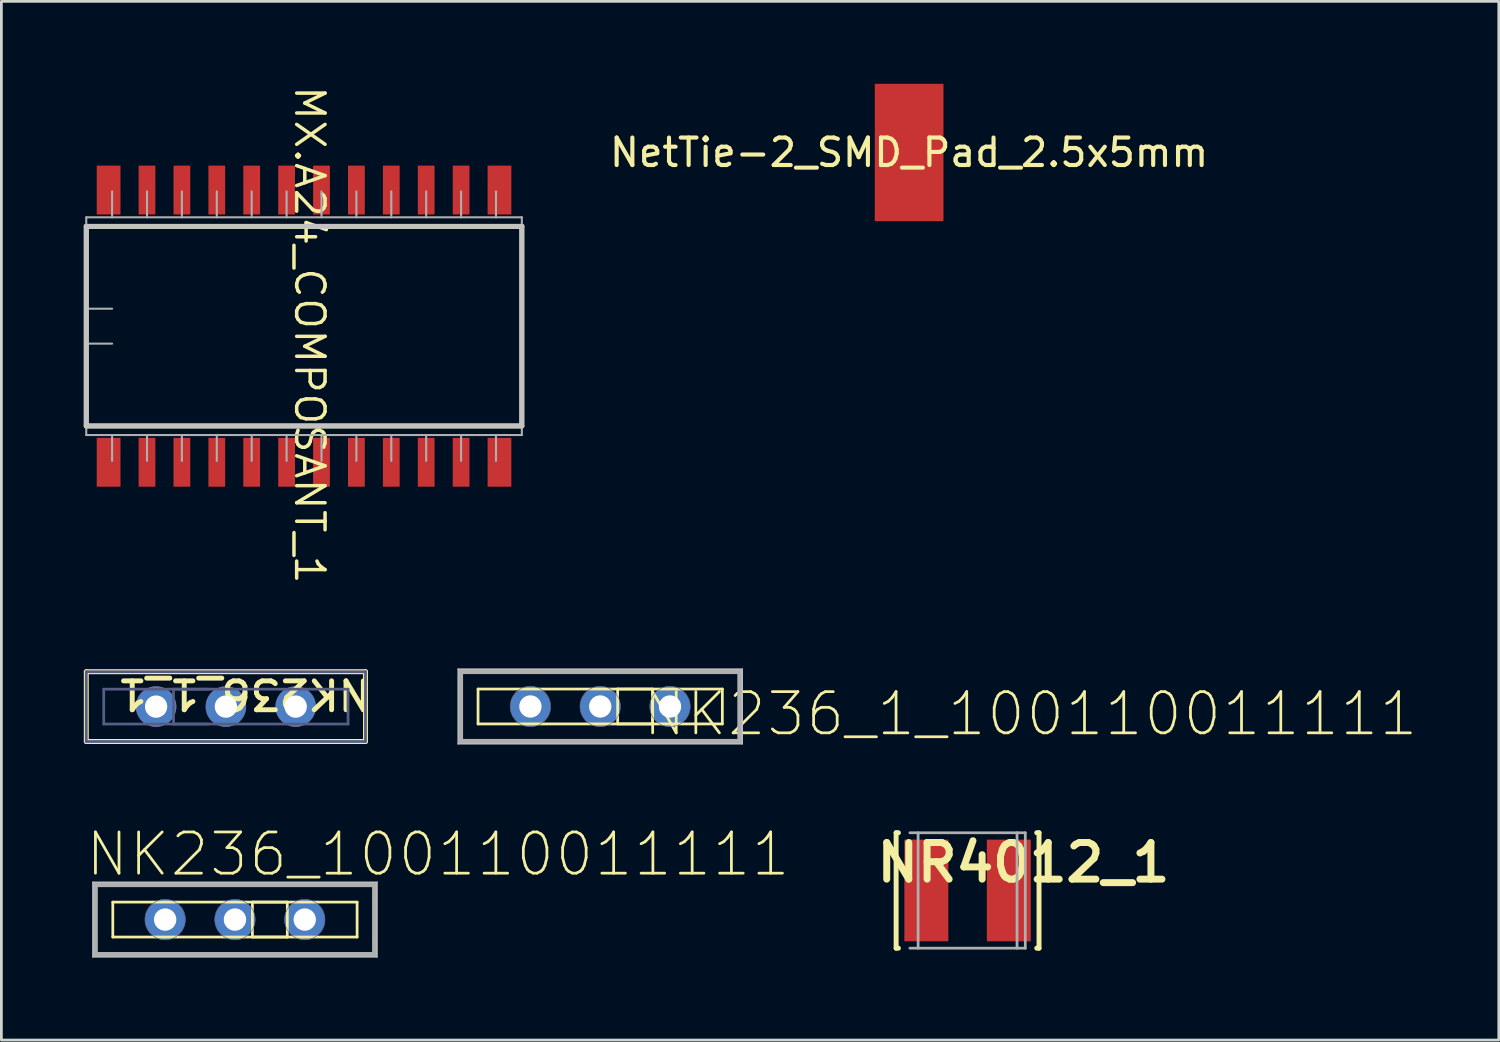
<source format=kicad_pcb>
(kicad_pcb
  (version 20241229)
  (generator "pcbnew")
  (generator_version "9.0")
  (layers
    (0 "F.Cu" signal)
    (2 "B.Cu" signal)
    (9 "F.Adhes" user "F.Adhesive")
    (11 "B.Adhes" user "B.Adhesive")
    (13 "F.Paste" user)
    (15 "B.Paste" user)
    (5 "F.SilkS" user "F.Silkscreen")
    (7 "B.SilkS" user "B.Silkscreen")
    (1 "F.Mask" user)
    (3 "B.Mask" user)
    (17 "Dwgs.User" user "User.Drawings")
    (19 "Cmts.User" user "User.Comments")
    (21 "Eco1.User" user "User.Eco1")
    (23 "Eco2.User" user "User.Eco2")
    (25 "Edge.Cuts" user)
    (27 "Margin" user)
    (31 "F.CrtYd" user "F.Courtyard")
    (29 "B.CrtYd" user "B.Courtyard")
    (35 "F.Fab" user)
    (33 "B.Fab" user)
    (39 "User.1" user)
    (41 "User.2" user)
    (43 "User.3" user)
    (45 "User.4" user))
  (footprint "NR4012_1"
    (layer "F.Cu")
    (at 32.16 29.354)
    (property "Reference" "NR4012_1" (at 2.032 -1.016 0) (unlocked yes) (layer "F.SilkS") (effects (font (size 1.333 1.402) (thickness 0.254))))
    (attr smd)
    (fp_line (start -2.6 -2.1) (end -2.517 -2.1) (stroke (width 0.18) (type solid)) (layer "F.SilkS"))
    (fp_line (start -2.6 2.1) (end -2.6 -2.1) (stroke (width 0.18) (type solid)) (layer "F.SilkS"))
    (fp_line (start -2.6 2.1) (end -2.517 2.1) (stroke (width 0.18) (type solid)) (layer "F.SilkS"))
    (fp_line (start 2.517 -2.1) (end 2.6 -2.1) (stroke (width 0.18) (type solid)) (layer "F.SilkS"))
    (fp_line (start 2.517 2.1) (end 2.6 2.1) (stroke (width 0.18) (type solid)) (layer "F.SilkS"))
    (fp_line (start 2.6 2.1) (end 2.6 -2.1) (stroke (width 0.18) (type solid)) (layer "F.SilkS"))
    (fp_line (start -2.1 -2.1) (end 2.1 -2.1) (stroke (width 0.1) (type solid)) (layer "F.Fab"))
    (fp_line (start -2.1 2.1) (end 2.1 2.1) (stroke (width 0.1) (type solid)) (layer "F.Fab"))
    (fp_line (start -1.8 2.1) (end -1.8 -2.1) (stroke (width 0.1) (type solid)) (layer "F.Fab"))
    (fp_line (start 1.8 2.1) (end 1.8 -2.1) (stroke (width 0.1) (type solid)) (layer "F.Fab"))
    (fp_line (start 2.1 2.1) (end 2.1 -2.1) (stroke (width 0.1) (type solid)) (layer "F.Fab"))
    (pad "1" smd rect (at -1.5 0) (size 1.6 3.7) (layers "F.Cu" "F.Mask" "F.Paste"))
    (pad "2" smd rect (at 1.5 0) (size 1.6 3.7) (layers "F.Cu" "F.Mask" "F.Paste")))
  (footprint "NK236_100110011111"
    (placed yes)
    (layer "F.Cu")
    (at 5.5 30.413)
    (property "Reference" "NK236_100110011111" (at -5.5 -1.5 0) (layer "F.SilkS") (effects (font (size 1.5 1.5) (thickness 0.1)) (justify left bottom)))
    (attr through_hole)
    (fp_line (start -5.08 -1.27) (end -5.08 1.27) (stroke (width 0.1) (type solid)) (layer "F.SilkS"))
    (fp_line (start -5.08 1.27) (end 5.08 1.27) (stroke (width 0.1) (type solid)) (layer "F.SilkS"))
    (fp_line (start -4.445 -0.635) (end -4.445 0.635) (stroke (width 0.1) (type solid)) (layer "F.SilkS"))
    (fp_line (start -4.445 0.635) (end 4.445 0.635) (stroke (width 0.1) (type solid)) (layer "F.SilkS"))
    (fp_line (start 0.635 -0.635) (end 0.635 0.635) (stroke (width 0.1) (type solid)) (layer "F.SilkS"))
    (fp_line (start 0.635 0.635) (end 1.905 0.635) (stroke (width 0.1) (type solid)) (layer "F.SilkS"))
    (fp_line (start 1.905 -0.635) (end 0.635 -0.635) (stroke (width 0.1) (type solid)) (layer "F.SilkS"))
    (fp_line (start 1.905 0.635) (end 1.905 -0.635) (stroke (width 0.1) (type solid)) (layer "F.SilkS"))
    (fp_line (start 4.445 -0.635) (end -4.445 -0.635) (stroke (width 0.1) (type solid)) (layer "F.SilkS"))
    (fp_line (start 4.445 0.635) (end 4.445 -0.635) (stroke (width 0.1) (type solid)) (layer "F.SilkS"))
    (fp_line (start 5.08 -1.27) (end -5.08 -1.27) (stroke (width 0.1) (type solid)) (layer "F.SilkS"))
    (fp_line (start 5.08 1.27) (end 5.08 -1.27) (stroke (width 0.1) (type solid)) (layer "F.SilkS"))
    (fp_line (start -5.17 -1.36) (end 5.17 -1.36) (stroke (width 0.05) (type solid)) (layer "Dwgs.User"))
    (fp_line (start -5.17 1.36) (end -5.17 -1.36) (stroke (width 0.05) (type solid)) (layer "Dwgs.User"))
    (fp_line (start 5.17 -1.36) (end 5.17 1.36) (stroke (width 0.05) (type solid)) (layer "Dwgs.User"))
    (fp_line (start 5.17 1.36) (end -5.17 1.36) (stroke (width 0.05) (type solid)) (layer "Dwgs.User"))
    (fp_arc (start -1.8034 0) (mid -3.2766 0) (end -1.8034 0) (stroke (width 0.02) (type solid)) (layer "B.Fab"))
    (fp_arc (start 0.7366 0) (mid -0.7366 0) (end 0.7366 0) (stroke (width 0.02) (type solid)) (layer "B.Fab"))
    (fp_arc (start 3.2766 0) (mid 1.8034 0) (end 3.2766 0) (stroke (width 0.02) (type solid)) (layer "B.Fab"))
    (fp_line (start -5.08 -1.27) (end -5.08 1.27) (stroke (width 0.18) (type solid)) (layer "F.Fab"))
    (fp_line (start -5.08 1.27) (end 5.08 1.27) (stroke (width 0.18) (type solid)) (layer "F.Fab"))
    (fp_line (start 5.08 -1.27) (end -5.08 -1.27) (stroke (width 0.18) (type solid)) (layer "F.Fab"))
    (fp_line (start 5.08 1.27) (end 5.08 -1.27) (stroke (width 0.18) (type solid)) (layer "F.Fab"))
    (fp_poly (pts (xy 5.08 1.27) (xy -5.08 1.27) (xy -5.08 -1.27) (xy 5.08 -1.27)) (stroke (width 0.02) (type solid)) (fill no) (layer "F.Fab"))
    (pad "1" thru_hole circle (at 0 0) (size 1.473 1.473) (drill 0.813) (layers "*.Cu" "*.Mask"))
    (pad "2" thru_hole circle (at 2.54 0) (size 1.473 1.473) (drill 0.813) (layers "*.Cu" "*.Mask"))
    (pad "3" thru_hole circle (at -2.54 0) (size 1.473 1.473) (drill 0.813) (layers "*.Cu" "*.Mask")))
  (footprint "NetTie-2_SMD_Pad_2.5x5mm"
    (placed yes)
    (layer "F.Cu")
    (at 28.783 5)
    (property "Reference" "NetTie-2_SMD_Pad_2.5x5mm" (at 1.25 -2.5 0) (layer "F.SilkS") (effects (font (size 1 1) (thickness 0.15))))
    (attr through_hole)
    (fp_poly (pts (xy 0 0) (xy 2.5 0) (xy 2.5 -5) (xy 0 -5)) (stroke (width 0) (type solid)) (fill yes) (layer "F.Cu"))
    (pad "1" smd circle (at 1.778 -3.941) (size 0.914 0.914) (layers "F.Cu" "F.Mask" "F.Paste"))
    (pad "2" smd circle (at 1.27 -1.083) (size 0.914 0.914) (layers "F.Cu" "F.Mask" "F.Paste")))
  (footprint "NK236_1_1"
    (layer "F.Cu")
    (at 5.17 22.663)
    (property "Reference" "NK236_1_1" (at 0.666 -0.46 180) (unlocked yes) (layer "F.SilkS") (effects (font (size 1.05 1.104) (thickness 0.18))))
    (attr smd)
    (fp_line (start -5.08 -1.27) (end -5.08 1.27) (stroke (width 0.18) (type solid)) (layer "F.SilkS"))
    (fp_line (start 5.08 -1.27) (end -5.08 -1.27) (stroke (width 0.18) (type solid)) (layer "F.SilkS"))
    (fp_line (start 5.08 -1.27) (end 5.08 1.27) (stroke (width 0.18) (type solid)) (layer "F.SilkS"))
    (fp_line (start 5.08 1.27) (end -5.08 1.27) (stroke (width 0.18) (type solid)) (layer "F.SilkS"))
    (fp_line (start -5.08 -1.27) (end -5.08 1.27) (stroke (width 0.1) (type solid)) (layer "B.Fab"))
    (fp_line (start -4.445 -0.635) (end -4.445 0.635) (stroke (width 0.1) (type solid)) (layer "B.Fab"))
    (fp_line (start -1.905 -0.635) (end -1.905 0.635) (stroke (width 0.1) (type solid)) (layer "B.Fab"))
    (fp_line (start -0.635 -0.635) (end -1.905 -0.635) (stroke (width 0.1) (type solid)) (layer "B.Fab"))
    (fp_line (start -0.635 0.635) (end -1.905 0.635) (stroke (width 0.1) (type solid)) (layer "B.Fab"))
    (fp_line (start 4.445 -0.635) (end -4.445 -0.635) (stroke (width 0.1) (type solid)) (layer "B.Fab"))
    (fp_line (start 4.445 -0.635) (end 4.445 0.635) (stroke (width 0.1) (type solid)) (layer "B.Fab"))
    (fp_line (start 4.445 0.635) (end -4.445 0.635) (stroke (width 0.1) (type solid)) (layer "B.Fab"))
    (fp_line (start 5.08 -1.27) (end -5.08 -1.27) (stroke (width 0.1) (type solid)) (layer "B.Fab"))
    (fp_line (start 5.08 -1.27) (end 5.08 1.27) (stroke (width 0.1) (type solid)) (layer "B.Fab"))
    (fp_line (start 5.08 1.27) (end -5.08 1.27) (stroke (width 0.1) (type solid)) (layer "B.Fab"))
    (pad "1" thru_hole circle (at 0 0 180) (size 1.473 1.473) (drill 0.813) (layers "*.Cu" "*.Mask"))
    (pad "2" thru_hole circle (at -2.54 0 180) (size 1.473 1.473) (drill 0.813) (layers "*.Cu" "*.Mask"))
    (pad "3" thru_hole circle (at 2.54 0 180) (size 1.473 1.473) (drill 0.813) (layers "*.Cu" "*.Mask")))
  (footprint "NK236_1_100110011111"
    (placed yes)
    (layer "F.Cu")
    (at 18.791 22.659)
    (property "Reference" "NK236_1_100110011111" (at 1.486 1.148 0) (layer "F.SilkS") (effects (font (size 1.5 1.5) (thickness 0.1)) (justify left bottom)))
    (attr through_hole)
    (fp_line (start -5.08 -1.27) (end -5.08 1.27) (stroke (width 0.1) (type solid)) (layer "F.SilkS"))
    (fp_line (start -5.08 1.27) (end 5.08 1.27) (stroke (width 0.1) (type solid)) (layer "F.SilkS"))
    (fp_line (start -4.445 -0.635) (end -4.445 0.635) (stroke (width 0.1) (type solid)) (layer "F.SilkS"))
    (fp_line (start -4.445 0.635) (end 4.445 0.635) (stroke (width 0.1) (type solid)) (layer "F.SilkS"))
    (fp_line (start 0.635 -0.635) (end 0.635 0.635) (stroke (width 0.1) (type solid)) (layer "F.SilkS"))
    (fp_line (start 0.635 0.635) (end 1.905 0.635) (stroke (width 0.1) (type solid)) (layer "F.SilkS"))
    (fp_line (start 1.905 -0.635) (end 0.635 -0.635) (stroke (width 0.1) (type solid)) (layer "F.SilkS"))
    (fp_line (start 1.905 0.635) (end 1.905 -0.635) (stroke (width 0.1) (type solid)) (layer "F.SilkS"))
    (fp_line (start 4.445 -0.635) (end -4.445 -0.635) (stroke (width 0.1) (type solid)) (layer "F.SilkS"))
    (fp_line (start 4.445 0.635) (end 4.445 -0.635) (stroke (width 0.1) (type solid)) (layer "F.SilkS"))
    (fp_line (start 5.08 -1.27) (end -5.08 -1.27) (stroke (width 0.1) (type solid)) (layer "F.SilkS"))
    (fp_line (start 5.08 1.27) (end 5.08 -1.27) (stroke (width 0.1) (type solid)) (layer "F.SilkS"))
    (fp_line (start -5.17 -1.36) (end 5.17 -1.36) (stroke (width 0.05) (type solid)) (layer "Dwgs.User"))
    (fp_line (start -5.17 1.36) (end -5.17 -1.36) (stroke (width 0.05) (type solid)) (layer "Dwgs.User"))
    (fp_line (start 5.17 -1.36) (end 5.17 1.36) (stroke (width 0.05) (type solid)) (layer "Dwgs.User"))
    (fp_line (start 5.17 1.36) (end -5.17 1.36) (stroke (width 0.05) (type solid)) (layer "Dwgs.User"))
    (fp_arc (start -1.8034 0) (mid -3.2766 0) (end -1.8034 0) (stroke (width 0.02) (type solid)) (layer "B.Fab"))
    (fp_arc (start 0.7366 0) (mid -0.7366 0) (end 0.7366 0) (stroke (width 0.02) (type solid)) (layer "B.Fab"))
    (fp_arc (start 3.2766 0) (mid 1.8034 0) (end 3.2766 0) (stroke (width 0.02) (type solid)) (layer "B.Fab"))
    (fp_line (start -5.08 -1.27) (end -5.08 1.27) (stroke (width 0.18) (type solid)) (layer "F.Fab"))
    (fp_line (start -5.08 1.27) (end 5.08 1.27) (stroke (width 0.18) (type solid)) (layer "F.Fab"))
    (fp_line (start 5.08 -1.27) (end -5.08 -1.27) (stroke (width 0.18) (type solid)) (layer "F.Fab"))
    (fp_line (start 5.08 1.27) (end 5.08 -1.27) (stroke (width 0.18) (type solid)) (layer "F.Fab"))
    (fp_poly (pts (xy 5.08 1.27) (xy -5.08 1.27) (xy -5.08 -1.27) (xy 5.08 -1.27)) (stroke (width 0.02) (type solid)) (fill no) (layer "F.Fab"))
    (pad "1" thru_hole circle (at 0 0) (size 1.473 1.473) (drill 0.813) (layers "*.Cu" "*.Mask"))
    (pad "2" thru_hole circle (at 2.54 0) (size 1.473 1.473) (drill 0.813) (layers "*.Cu" "*.Mask"))
    (pad "3" thru_hole circle (at -2.54 0) (size 1.473 1.473) (drill 0.813) (layers "*.Cu" "*.Mask")))
  (footprint "MX.A24_COMPOSANT_1"
    (layer "F.Cu")
    (at 8.014 8.819)
    (property "Reference" "MX.A24_COMPOSANT_1" (at 0.203 0.318 270) (unlocked yes) (layer "F.SilkS") (effects (font (size 1.033 1.087) (thickness 0.127))))
    (attr smd)
    (fp_line (start -7.925 -3.632) (end 7.925 -3.632) (stroke (width 0.178) (type solid)) (layer "F.SilkS"))
    (fp_line (start -7.925 3.632) (end -7.925 -3.632) (stroke (width 0.178) (type solid)) (layer "F.SilkS"))
    (fp_line (start -7.925 3.632) (end 7.925 3.632) (stroke (width 0.178) (type solid)) (layer "F.SilkS"))
    (fp_line (start 7.925 3.632) (end 7.925 -3.632) (stroke (width 0.178) (type solid)) (layer "F.SilkS"))
    (fp_line (start -7.925 -3.632) (end 7.925 -3.632) (stroke (width 0.178) (type solid)) (layer "Dwgs.User"))
    (fp_line (start -7.925 3.632) (end -7.925 -3.632) (stroke (width 0.178) (type solid)) (layer "Dwgs.User"))
    (fp_line (start -7.925 3.632) (end 7.925 3.632) (stroke (width 0.178) (type solid)) (layer "Dwgs.User"))
    (fp_line (start 7.925 3.632) (end 7.925 -3.632) (stroke (width 0.178) (type solid)) (layer "Dwgs.User"))
    (fp_line (start -7.925 -3.962) (end 7.925 -3.962) (stroke (width 0.076) (type solid)) (layer "F.Fab"))
    (fp_line (start -7.925 -0.635) (end -6.985 -0.635) (stroke (width 0.076) (type solid)) (layer "F.Fab"))
    (fp_line (start -7.925 0.635) (end -6.985 0.635) (stroke (width 0.076) (type solid)) (layer "F.Fab"))
    (fp_line (start -7.925 3.962) (end -7.925 -3.962) (stroke (width 0.076) (type solid)) (layer "F.Fab"))
    (fp_line (start -7.925 3.962) (end 7.925 3.962) (stroke (width 0.076) (type solid)) (layer "F.Fab"))
    (fp_line (start -6.985 -3.962) (end -6.985 -4.902) (stroke (width 0.076) (type solid)) (layer "F.Fab"))
    (fp_line (start -6.985 4.902) (end -6.985 3.962) (stroke (width 0.076) (type solid)) (layer "F.Fab"))
    (fp_line (start -5.715 -3.962) (end -5.715 -4.902) (stroke (width 0.076) (type solid)) (layer "F.Fab"))
    (fp_line (start -5.715 4.902) (end -5.715 3.962) (stroke (width 0.076) (type solid)) (layer "F.Fab"))
    (fp_line (start -4.445 -3.962) (end -4.445 -4.902) (stroke (width 0.076) (type solid)) (layer "F.Fab"))
    (fp_line (start -4.445 4.902) (end -4.445 3.962) (stroke (width 0.076) (type solid)) (layer "F.Fab"))
    (fp_line (start -3.175 -3.962) (end -3.175 -4.902) (stroke (width 0.076) (type solid)) (layer "F.Fab"))
    (fp_line (start -3.175 4.902) (end -3.175 3.962) (stroke (width 0.076) (type solid)) (layer "F.Fab"))
    (fp_line (start -1.905 -3.962) (end -1.905 -4.902) (stroke (width 0.076) (type solid)) (layer "F.Fab"))
    (fp_line (start -1.905 4.902) (end -1.905 3.962) (stroke (width 0.076) (type solid)) (layer "F.Fab"))
    (fp_line (start -0.635 -3.962) (end -0.635 -4.902) (stroke (width 0.076) (type solid)) (layer "F.Fab"))
    (fp_line (start -0.635 4.902) (end -0.635 3.962) (stroke (width 0.076) (type solid)) (layer "F.Fab"))
    (fp_line (start 0.635 -3.962) (end 0.635 -4.902) (stroke (width 0.076) (type solid)) (layer "F.Fab"))
    (fp_line (start 0.635 4.902) (end 0.635 3.962) (stroke (width 0.076) (type solid)) (layer "F.Fab"))
    (fp_line (start 1.905 -3.962) (end 1.905 -4.902) (stroke (width 0.076) (type solid)) (layer "F.Fab"))
    (fp_line (start 1.905 4.902) (end 1.905 3.962) (stroke (width 0.076) (type solid)) (layer "F.Fab"))
    (fp_line (start 3.175 -3.962) (end 3.175 -4.902) (stroke (width 0.076) (type solid)) (layer "F.Fab"))
    (fp_line (start 3.175 4.902) (end 3.175 3.962) (stroke (width 0.076) (type solid)) (layer "F.Fab"))
    (fp_line (start 4.445 -3.962) (end 4.445 -4.902) (stroke (width 0.076) (type solid)) (layer "F.Fab"))
    (fp_line (start 4.445 4.902) (end 4.445 3.962) (stroke (width 0.076) (type solid)) (layer "F.Fab"))
    (fp_line (start 5.715 -3.962) (end 5.715 -4.902) (stroke (width 0.076) (type solid)) (layer "F.Fab"))
    (fp_line (start 5.715 4.902) (end 5.715 3.962) (stroke (width 0.076) (type solid)) (layer "F.Fab"))
    (fp_line (start 6.985 -3.962) (end 6.985 -4.902) (stroke (width 0.076) (type solid)) (layer "F.Fab"))
    (fp_line (start 6.985 4.902) (end 6.985 3.962) (stroke (width 0.076) (type solid)) (layer "F.Fab"))
    (fp_line (start 7.925 3.962) (end 7.925 -3.962) (stroke (width 0.076) (type solid)) (layer "F.Fab"))
    (pad "1" smd rect (at -7.112 4.953) (size 0.864 1.778) (layers "F.Cu" "F.Mask" "F.Paste"))
    (pad "2" smd rect (at -5.715 4.953) (size 0.61 1.778) (layers "F.Cu" "F.Mask" "F.Paste"))
    (pad "3" smd rect (at -4.445 4.953) (size 0.61 1.778) (layers "F.Cu" "F.Mask" "F.Paste"))
    (pad "4" smd rect (at -3.175 4.953) (size 0.61 1.778) (layers "F.Cu" "F.Mask" "F.Paste"))
    (pad "5" smd rect (at -1.905 4.953) (size 0.61 1.778) (layers "F.Cu" "F.Mask" "F.Paste"))
    (pad "6" smd rect (at -0.635 4.953) (size 0.61 1.778) (layers "F.Cu" "F.Mask" "F.Paste"))
    (pad "7" smd rect (at 0.635 4.953) (size 0.61 1.778) (layers "F.Cu" "F.Mask" "F.Paste"))
    (pad "8" smd rect (at 1.905 4.953) (size 0.61 1.778) (layers "F.Cu" "F.Mask" "F.Paste"))
    (pad "9" smd rect (at 3.175 4.953) (size 0.61 1.778) (layers "F.Cu" "F.Mask" "F.Paste"))
    (pad "10" smd rect (at 4.445 4.953) (size 0.61 1.778) (layers "F.Cu" "F.Mask" "F.Paste"))
    (pad "11" smd rect (at 5.715 4.953) (size 0.61 1.778) (layers "F.Cu" "F.Mask" "F.Paste"))
    (pad "12" smd rect (at 7.112 4.953) (size 0.864 1.778) (layers "F.Cu" "F.Mask" "F.Paste"))
    (pad "13" smd rect (at 7.112 -4.953) (size 0.864 1.778) (layers "F.Cu" "F.Mask" "F.Paste"))
    (pad "14" smd rect (at 5.715 -4.953) (size 0.61 1.778) (layers "F.Cu" "F.Mask" "F.Paste"))
    (pad "15" smd rect (at 4.445 -4.953) (size 0.61 1.778) (layers "F.Cu" "F.Mask" "F.Paste"))
    (pad "16" smd rect (at 3.175 -4.953) (size 0.61 1.778) (layers "F.Cu" "F.Mask" "F.Paste"))
    (pad "17" smd rect (at 1.905 -4.953) (size 0.61 1.778) (layers "F.Cu" "F.Mask" "F.Paste"))
    (pad "18" smd rect (at 0.635 -4.953) (size 0.61 1.778) (layers "F.Cu" "F.Mask" "F.Paste"))
    (pad "19" smd rect (at -0.635 -4.953) (size 0.61 1.778) (layers "F.Cu" "F.Mask" "F.Paste"))
    (pad "20" smd rect (at -1.905 -4.953) (size 0.61 1.778) (layers "F.Cu" "F.Mask" "F.Paste"))
    (pad "21" smd rect (at -3.175 -4.953) (size 0.61 1.778) (layers "F.Cu" "F.Mask" "F.Paste"))
    (pad "22" smd rect (at -4.445 -4.953) (size 0.61 1.778) (layers "F.Cu" "F.Mask" "F.Paste"))
    (pad "23" smd rect (at -5.715 -4.953) (size 0.61 1.778) (layers "F.Cu" "F.Mask" "F.Paste"))
    (pad "24" smd rect (at -7.112 -4.953) (size 0.864 1.778) (layers "F.Cu" "F.Mask" "F.Paste")))
  (gr_rect
    (start -3 -3)
    (end 51.491 34.798)
    (stroke (width 0.1) (type default))
    (fill no)
    (layer "Edge.Cuts")))
</source>
